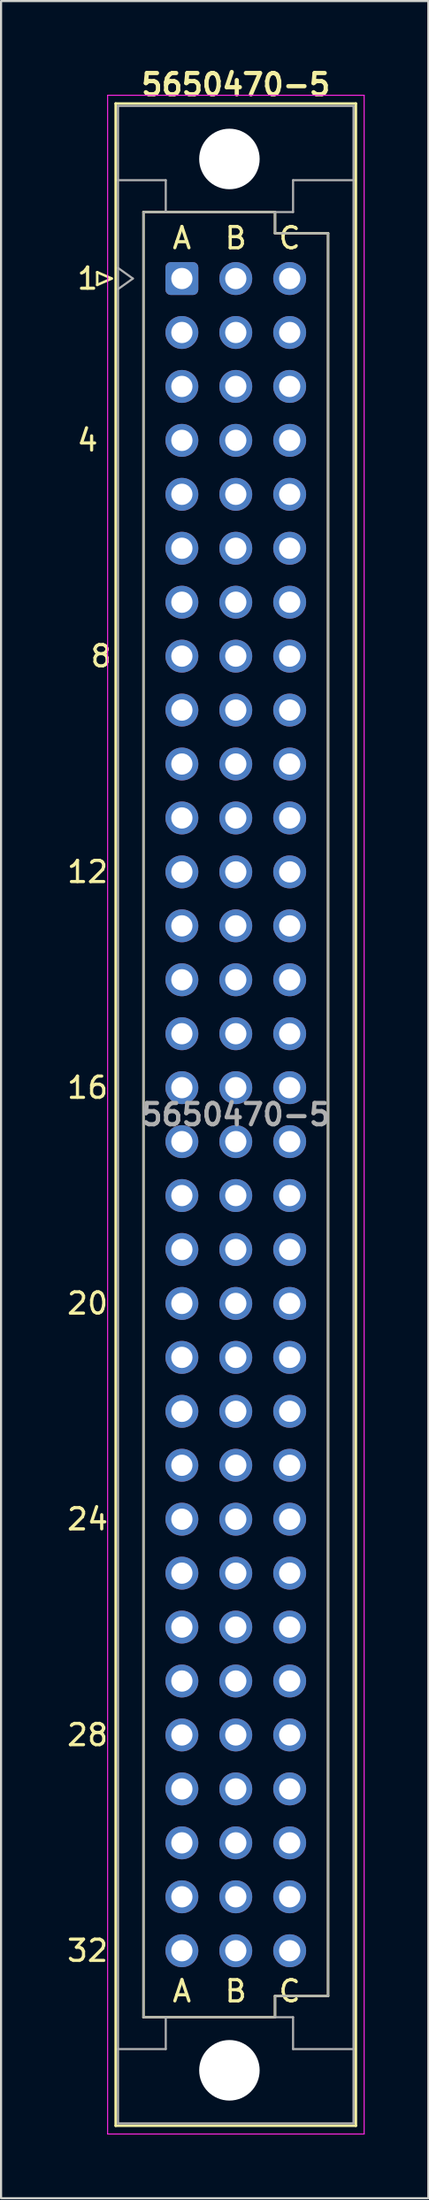
<source format=kicad_pcb>
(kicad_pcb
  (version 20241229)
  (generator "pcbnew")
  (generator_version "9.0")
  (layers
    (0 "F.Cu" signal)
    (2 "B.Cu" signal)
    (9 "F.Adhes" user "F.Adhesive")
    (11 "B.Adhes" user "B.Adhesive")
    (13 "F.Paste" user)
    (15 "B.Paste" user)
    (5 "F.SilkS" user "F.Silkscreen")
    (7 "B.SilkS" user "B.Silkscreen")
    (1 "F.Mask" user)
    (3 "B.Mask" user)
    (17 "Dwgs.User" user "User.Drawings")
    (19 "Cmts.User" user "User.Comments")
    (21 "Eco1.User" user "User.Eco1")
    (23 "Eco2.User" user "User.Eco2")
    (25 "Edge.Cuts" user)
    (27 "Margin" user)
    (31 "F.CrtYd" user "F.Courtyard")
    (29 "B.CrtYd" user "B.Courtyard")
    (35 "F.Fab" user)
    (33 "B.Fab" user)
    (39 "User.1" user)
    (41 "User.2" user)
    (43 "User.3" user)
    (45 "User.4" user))
  (footprint "5650470-5"
    (layer "F.Cu")
    (at 8.062 49.436)
    (property "Reference" "5650470-5" (at 0 -48.5 180) (layer "F.SilkS") (effects (font (size 1 1) (thickness 0.2))))
    (attr through_hole)
    (fp_line (start -6.53 -39.67) (end -6.53 -39.07) (stroke (width 0.12) (type solid)) (layer "F.SilkS"))
    (fp_line (start -6.53 -39.07) (end -5.85 -39.37) (stroke (width 0.12) (type solid)) (layer "F.SilkS"))
    (fp_line (start -5.85 -39.37) (end -6.53 -39.67) (stroke (width 0.12) (type solid)) (layer "F.SilkS"))
    (fp_line (start -5.66 -47.61) (end 5.66 -47.61) (stroke (width 0.12) (type solid)) (layer "F.SilkS"))
    (fp_line (start -5.66 47.61) (end -5.66 -47.61) (stroke (width 0.12) (type solid)) (layer "F.SilkS"))
    (fp_line (start -4.35 -42.501) (end 1.85 -42.501) (stroke (width 0.12) (type solid)) (layer "F.SilkS"))
    (fp_line (start -4.35 42.5) (end -4.35 -42.501) (stroke (width 0.12) (type solid)) (layer "F.SilkS"))
    (fp_line (start 1.85 -42.501) (end 1.85 -41.501) (stroke (width 0.12) (type solid)) (layer "F.SilkS"))
    (fp_line (start 1.85 -41.501) (end 4.35 -41.501) (stroke (width 0.12) (type solid)) (layer "F.SilkS"))
    (fp_line (start 1.85 41.5) (end 1.85 42.5) (stroke (width 0.12) (type solid)) (layer "F.SilkS"))
    (fp_line (start 1.85 42.5) (end -4.35 42.5) (stroke (width 0.12) (type solid)) (layer "F.SilkS"))
    (fp_line (start 4.35 -41.501) (end 4.35 41.5) (stroke (width 0.12) (type solid)) (layer "F.SilkS"))
    (fp_line (start 4.35 41.5) (end 1.85 41.5) (stroke (width 0.12) (type solid)) (layer "F.SilkS"))
    (fp_line (start 5.66 -47.61) (end 5.66 47.61) (stroke (width 0.12) (type solid)) (layer "F.SilkS"))
    (fp_line (start 5.66 47.61) (end -5.66 47.61) (stroke (width 0.12) (type solid)) (layer "F.SilkS"))
    (fp_line (start -6.04 -48) (end 6.05 -48) (stroke (width 0.05) (type solid)) (layer "F.CrtYd"))
    (fp_line (start -6.04 48) (end -6.04 -48) (stroke (width 0.05) (type solid)) (layer "F.CrtYd"))
    (fp_line (start 6.05 -48) (end 6.05 48) (stroke (width 0.05) (type solid)) (layer "F.CrtYd"))
    (fp_line (start 6.05 48) (end -6.04 48) (stroke (width 0.05) (type solid)) (layer "F.CrtYd"))
    (fp_line (start -5.55 -47.5) (end 5.55 -47.5) (stroke (width 0.1) (type solid)) (layer "F.Fab"))
    (fp_line (start -5.55 -44) (end -3.3 -44) (stroke (width 0.1) (type solid)) (layer "F.Fab"))
    (fp_line (start -5.55 -39.87) (end -4.85 -39.37) (stroke (width 0.1) (type solid)) (layer "F.Fab"))
    (fp_line (start -5.55 44) (end -3.3 44) (stroke (width 0.1) (type solid)) (layer "F.Fab"))
    (fp_line (start -5.55 47.5) (end -5.55 -47.5) (stroke (width 0.1) (type solid)) (layer "F.Fab"))
    (fp_line (start -4.85 -39.37) (end -5.55 -38.87) (stroke (width 0.1) (type solid)) (layer "F.Fab"))
    (fp_line (start -4.35 -42.5) (end 1.85 -42.5) (stroke (width 0.1) (type solid)) (layer "F.Fab"))
    (fp_line (start -4.35 42.5) (end -4.35 -42.5) (stroke (width 0.1) (type solid)) (layer "F.Fab"))
    (fp_line (start -3.3 -44) (end -3.3 -42.5) (stroke (width 0.1) (type solid)) (layer "F.Fab"))
    (fp_line (start -3.3 44) (end -3.3 42.5) (stroke (width 0.1) (type solid)) (layer "F.Fab"))
    (fp_line (start 1.85 -42.5) (end 1.85 -41.5) (stroke (width 0.1) (type solid)) (layer "F.Fab"))
    (fp_line (start 1.85 -42.5) (end 2.7 -42.5) (stroke (width 0.1) (type solid)) (layer "F.Fab"))
    (fp_line (start 1.85 -41.5) (end 4.35 -41.5) (stroke (width 0.1) (type solid)) (layer "F.Fab"))
    (fp_line (start 1.85 41.5) (end 1.85 42.5) (stroke (width 0.1) (type solid)) (layer "F.Fab"))
    (fp_line (start 1.85 42.5) (end -4.35 42.5) (stroke (width 0.1) (type solid)) (layer "F.Fab"))
    (fp_line (start 1.85 42.5) (end 2.7 42.5) (stroke (width 0.1) (type solid)) (layer "F.Fab"))
    (fp_line (start 2.7 -44) (end 5.55 -44) (stroke (width 0.1) (type solid)) (layer "F.Fab"))
    (fp_line (start 2.7 -42.5) (end 2.7 -44) (stroke (width 0.1) (type solid)) (layer "F.Fab"))
    (fp_line (start 2.7 42.5) (end 2.7 44) (stroke (width 0.1) (type solid)) (layer "F.Fab"))
    (fp_line (start 2.7 44) (end 5.55 44) (stroke (width 0.1) (type solid)) (layer "F.Fab"))
    (fp_line (start 4.35 -41.5) (end 4.35 41.5) (stroke (width 0.1) (type solid)) (layer "F.Fab"))
    (fp_line (start 4.35 41.5) (end 1.85 41.5) (stroke (width 0.1) (type solid)) (layer "F.Fab"))
    (fp_line (start 5.55 -47.5) (end 5.55 47.5) (stroke (width 0.1) (type solid)) (layer "F.Fab"))
    (fp_line (start 5.55 47.5) (end -5.55 47.5) (stroke (width 0.1) (type solid)) (layer "F.Fab"))
    (fp_text user "C" (at 2.54 41.275 0) (unlocked yes) (layer "F.SilkS") (effects (font (size 1 1) (thickness 0.15))))
    (fp_text user "24" (at -6.985 19.05 0) (unlocked yes) (layer "F.SilkS") (effects (font (size 1 1) (thickness 0.15))))
    (fp_text user "4" (at -6.985 -31.75 0) (unlocked yes) (layer "F.SilkS") (effects (font (size 1 1) (thickness 0.15))))
    (fp_text user "C" (at 2.54 -41.275 0) (unlocked yes) (layer "F.SilkS") (effects (font (size 1 1) (thickness 0.15))))
    (fp_text user "B" (at 0 41.275 0) (unlocked yes) (layer "F.SilkS") (effects (font (size 1 1) (thickness 0.15))))
    (fp_text user "32" (at -6.985 39.37 0) (unlocked yes) (layer "F.SilkS") (effects (font (size 1 1) (thickness 0.15))))
    (fp_text user "1" (at -6.985 -39.37 0) (unlocked yes) (layer "F.SilkS") (effects (font (size 1 1) (thickness 0.15))))
    (fp_text user "A" (at -2.54 41.275 0) (unlocked yes) (layer "F.SilkS") (effects (font (size 1 1) (thickness 0.15))))
    (fp_text user "12" (at -6.985 -11.43 0) (unlocked yes) (layer "F.SilkS") (effects (font (size 1 1) (thickness 0.15))))
    (fp_text user "8" (at -6.35 -21.59 0) (unlocked yes) (layer "F.SilkS") (effects (font (size 1 1) (thickness 0.15))))
    (fp_text user "A" (at -2.54 -41.275 0) (unlocked yes) (layer "F.SilkS") (effects (font (size 1 1) (thickness 0.15))))
    (fp_text user "16" (at -6.985 -1.27 0) (unlocked yes) (layer "F.SilkS") (effects (font (size 1 1) (thickness 0.15))))
    (fp_text user "B" (at 0 -41.275 0) (unlocked yes) (layer "F.SilkS") (effects (font (size 1 1) (thickness 0.15))))
    (fp_text user "20" (at -6.985 8.89 0) (unlocked yes) (layer "F.SilkS") (effects (font (size 1 1) (thickness 0.15))))
    (fp_text user "28" (at -6.985 29.21 0) (unlocked yes) (layer "F.SilkS") (effects (font (size 1 1) (thickness 0.15))))
    (fp_text user "${REFERENCE}" (at 0 0 180) (layer "F.Fab") (effects (font (size 1 1) (thickness 0.2))))
    (pad "" np_thru_hole circle (at -0.3 -45) (size 2.85 2.85) (drill 2.85) (layers "*.Cu" "*.Mask"))
    (pad "" np_thru_hole circle (at -0.3 45) (size 2.85 2.85) (drill 2.85) (layers "*.Cu" "*.Mask"))
    (pad "A1" thru_hole roundrect (at -2.54 -39.37) (size 1.55 1.55) (drill 1) (layers "*.Cu" "*.Mask") (roundrect_rratio 0.161))
    (pad "A2" thru_hole circle (at -2.54 -36.83) (size 1.55 1.55) (drill 1) (layers "*.Cu" "*.Mask"))
    (pad "A3" thru_hole circle (at -2.54 -34.29) (size 1.55 1.55) (drill 1) (layers "*.Cu" "*.Mask"))
    (pad "A4" thru_hole circle (at -2.54 -31.75) (size 1.55 1.55) (drill 1) (layers "*.Cu" "*.Mask"))
    (pad "A5" thru_hole circle (at -2.54 -29.21) (size 1.55 1.55) (drill 1) (layers "*.Cu" "*.Mask"))
    (pad "A6" thru_hole circle (at -2.54 -26.67) (size 1.55 1.55) (drill 1) (layers "*.Cu" "*.Mask"))
    (pad "A7" thru_hole circle (at -2.54 -24.13) (size 1.55 1.55) (drill 1) (layers "*.Cu" "*.Mask"))
    (pad "A8" thru_hole circle (at -2.54 -21.59) (size 1.55 1.55) (drill 1) (layers "*.Cu" "*.Mask"))
    (pad "A9" thru_hole circle (at -2.54 -19.05) (size 1.55 1.55) (drill 1) (layers "*.Cu" "*.Mask"))
    (pad "A10" thru_hole circle (at -2.54 -16.51) (size 1.55 1.55) (drill 1) (layers "*.Cu" "*.Mask"))
    (pad "A11" thru_hole circle (at -2.54 -13.97) (size 1.55 1.55) (drill 1) (layers "*.Cu" "*.Mask"))
    (pad "A12" thru_hole circle (at -2.54 -11.43) (size 1.55 1.55) (drill 1) (layers "*.Cu" "*.Mask"))
    (pad "A13" thru_hole circle (at -2.54 -8.89) (size 1.55 1.55) (drill 1) (layers "*.Cu" "*.Mask"))
    (pad "A14" thru_hole circle (at -2.54 -6.35) (size 1.55 1.55) (drill 1) (layers "*.Cu" "*.Mask"))
    (pad "A15" thru_hole circle (at -2.54 -3.81) (size 1.55 1.55) (drill 1) (layers "*.Cu" "*.Mask"))
    (pad "A16" thru_hole circle (at -2.54 -1.27) (size 1.55 1.55) (drill 1) (layers "*.Cu" "*.Mask"))
    (pad "A17" thru_hole circle (at -2.54 1.27) (size 1.55 1.55) (drill 1) (layers "*.Cu" "*.Mask"))
    (pad "A18" thru_hole circle (at -2.54 3.81) (size 1.55 1.55) (drill 1) (layers "*.Cu" "*.Mask"))
    (pad "A19" thru_hole circle (at -2.54 6.35) (size 1.55 1.55) (drill 1) (layers "*.Cu" "*.Mask"))
    (pad "A20" thru_hole circle (at -2.54 8.89) (size 1.55 1.55) (drill 1) (layers "*.Cu" "*.Mask"))
    (pad "A21" thru_hole circle (at -2.54 11.43) (size 1.55 1.55) (drill 1) (layers "*.Cu" "*.Mask"))
    (pad "A22" thru_hole circle (at -2.54 13.97) (size 1.55 1.55) (drill 1) (layers "*.Cu" "*.Mask"))
    (pad "A23" thru_hole circle (at -2.54 16.51) (size 1.55 1.55) (drill 1) (layers "*.Cu" "*.Mask"))
    (pad "A24" thru_hole circle (at -2.54 19.05) (size 1.55 1.55) (drill 1) (layers "*.Cu" "*.Mask"))
    (pad "A25" thru_hole circle (at -2.54 21.59) (size 1.55 1.55) (drill 1) (layers "*.Cu" "*.Mask"))
    (pad "A26" thru_hole circle (at -2.54 24.13) (size 1.55 1.55) (drill 1) (layers "*.Cu" "*.Mask"))
    (pad "A27" thru_hole circle (at -2.54 26.67) (size 1.55 1.55) (drill 1) (layers "*.Cu" "*.Mask"))
    (pad "A28" thru_hole circle (at -2.54 29.21) (size 1.55 1.55) (drill 1) (layers "*.Cu" "*.Mask"))
    (pad "A29" thru_hole circle (at -2.54 31.75) (size 1.55 1.55) (drill 1) (layers "*.Cu" "*.Mask"))
    (pad "A30" thru_hole circle (at -2.54 34.29) (size 1.55 1.55) (drill 1) (layers "*.Cu" "*.Mask"))
    (pad "A31" thru_hole circle (at -2.54 36.83) (size 1.55 1.55) (drill 1) (layers "*.Cu" "*.Mask"))
    (pad "A32" thru_hole circle (at -2.54 39.37) (size 1.55 1.55) (drill 1) (layers "*.Cu" "*.Mask"))
    (pad "B1" thru_hole circle (at 0 -39.37) (size 1.55 1.55) (drill 1) (layers "*.Cu" "*.Mask"))
    (pad "B2" thru_hole circle (at 0 -36.83) (size 1.55 1.55) (drill 1) (layers "*.Cu" "*.Mask"))
    (pad "B3" thru_hole circle (at 0 -34.29) (size 1.55 1.55) (drill 1) (layers "*.Cu" "*.Mask"))
    (pad "B4" thru_hole circle (at 0 -31.75) (size 1.55 1.55) (drill 1) (layers "*.Cu" "*.Mask"))
    (pad "B5" thru_hole circle (at 0 -29.21) (size 1.55 1.55) (drill 1) (layers "*.Cu" "*.Mask"))
    (pad "B6" thru_hole circle (at 0 -26.67) (size 1.55 1.55) (drill 1) (layers "*.Cu" "*.Mask"))
    (pad "B7" thru_hole circle (at 0 -24.13) (size 1.55 1.55) (drill 1) (layers "*.Cu" "*.Mask"))
    (pad "B8" thru_hole circle (at 0 -21.59) (size 1.55 1.55) (drill 1) (layers "*.Cu" "*.Mask"))
    (pad "B9" thru_hole circle (at 0 -19.05) (size 1.55 1.55) (drill 1) (layers "*.Cu" "*.Mask"))
    (pad "B10" thru_hole circle (at 0 -16.51) (size 1.55 1.55) (drill 1) (layers "*.Cu" "*.Mask"))
    (pad "B11" thru_hole circle (at 0 -13.97) (size 1.55 1.55) (drill 1) (layers "*.Cu" "*.Mask"))
    (pad "B12" thru_hole circle (at 0 -11.43) (size 1.55 1.55) (drill 1) (layers "*.Cu" "*.Mask"))
    (pad "B13" thru_hole circle (at 0 -8.89) (size 1.55 1.55) (drill 1) (layers "*.Cu" "*.Mask"))
    (pad "B14" thru_hole circle (at 0 -6.35) (size 1.55 1.55) (drill 1) (layers "*.Cu" "*.Mask"))
    (pad "B15" thru_hole circle (at 0 -3.81) (size 1.55 1.55) (drill 1) (layers "*.Cu" "*.Mask"))
    (pad "B16" thru_hole circle (at 0 -1.27) (size 1.55 1.55) (drill 1) (layers "*.Cu" "*.Mask"))
    (pad "B17" thru_hole circle (at 0 1.27) (size 1.55 1.55) (drill 1) (layers "*.Cu" "*.Mask"))
    (pad "B18" thru_hole circle (at 0 3.81) (size 1.55 1.55) (drill 1) (layers "*.Cu" "*.Mask"))
    (pad "B19" thru_hole circle (at 0 6.35) (size 1.55 1.55) (drill 1) (layers "*.Cu" "*.Mask"))
    (pad "B20" thru_hole circle (at 0 8.89) (size 1.55 1.55) (drill 1) (layers "*.Cu" "*.Mask"))
    (pad "B21" thru_hole circle (at 0 11.43) (size 1.55 1.55) (drill 1) (layers "*.Cu" "*.Mask"))
    (pad "B22" thru_hole circle (at 0 13.97) (size 1.55 1.55) (drill 1) (layers "*.Cu" "*.Mask"))
    (pad "B23" thru_hole circle (at 0 16.51) (size 1.55 1.55) (drill 1) (layers "*.Cu" "*.Mask"))
    (pad "B24" thru_hole circle (at 0 19.05) (size 1.55 1.55) (drill 1) (layers "*.Cu" "*.Mask"))
    (pad "B25" thru_hole circle (at 0 21.59) (size 1.55 1.55) (drill 1) (layers "*.Cu" "*.Mask"))
    (pad "B26" thru_hole circle (at 0 24.13) (size 1.55 1.55) (drill 1) (layers "*.Cu" "*.Mask"))
    (pad "B27" thru_hole circle (at 0 26.67) (size 1.55 1.55) (drill 1) (layers "*.Cu" "*.Mask"))
    (pad "B28" thru_hole circle (at 0 29.21) (size 1.55 1.55) (drill 1) (layers "*.Cu" "*.Mask"))
    (pad "B29" thru_hole circle (at 0 31.75) (size 1.55 1.55) (drill 1) (layers "*.Cu" "*.Mask"))
    (pad "B30" thru_hole circle (at 0 34.29) (size 1.55 1.55) (drill 1) (layers "*.Cu" "*.Mask"))
    (pad "B31" thru_hole circle (at 0 36.83) (size 1.55 1.55) (drill 1) (layers "*.Cu" "*.Mask"))
    (pad "B32" thru_hole circle (at 0 39.37) (size 1.55 1.55) (drill 1) (layers "*.Cu" "*.Mask"))
    (pad "C1" thru_hole circle (at 2.54 -39.37) (size 1.55 1.55) (drill 1) (layers "*.Cu" "*.Mask"))
    (pad "C2" thru_hole circle (at 2.54 -36.83) (size 1.55 1.55) (drill 1) (layers "*.Cu" "*.Mask"))
    (pad "C3" thru_hole circle (at 2.54 -34.29) (size 1.55 1.55) (drill 1) (layers "*.Cu" "*.Mask"))
    (pad "C4" thru_hole circle (at 2.54 -31.75) (size 1.55 1.55) (drill 1) (layers "*.Cu" "*.Mask"))
    (pad "C5" thru_hole circle (at 2.54 -29.21) (size 1.55 1.55) (drill 1) (layers "*.Cu" "*.Mask"))
    (pad "C6" thru_hole circle (at 2.54 -26.67) (size 1.55 1.55) (drill 1) (layers "*.Cu" "*.Mask"))
    (pad "C7" thru_hole circle (at 2.54 -24.13) (size 1.55 1.55) (drill 1) (layers "*.Cu" "*.Mask"))
    (pad "C8" thru_hole circle (at 2.54 -21.59) (size 1.55 1.55) (drill 1) (layers "*.Cu" "*.Mask"))
    (pad "C9" thru_hole circle (at 2.54 -19.05) (size 1.55 1.55) (drill 1) (layers "*.Cu" "*.Mask"))
    (pad "C10" thru_hole circle (at 2.54 -16.51) (size 1.55 1.55) (drill 1) (layers "*.Cu" "*.Mask"))
    (pad "C11" thru_hole circle (at 2.54 -13.97) (size 1.55 1.55) (drill 1) (layers "*.Cu" "*.Mask"))
    (pad "C12" thru_hole circle (at 2.54 -11.43) (size 1.55 1.55) (drill 1) (layers "*.Cu" "*.Mask"))
    (pad "C13" thru_hole circle (at 2.54 -8.89) (size 1.55 1.55) (drill 1) (layers "*.Cu" "*.Mask"))
    (pad "C14" thru_hole circle (at 2.54 -6.35) (size 1.55 1.55) (drill 1) (layers "*.Cu" "*.Mask"))
    (pad "C15" thru_hole circle (at 2.54 -3.81) (size 1.55 1.55) (drill 1) (layers "*.Cu" "*.Mask"))
    (pad "C16" thru_hole circle (at 2.54 -1.27) (size 1.55 1.55) (drill 1) (layers "*.Cu" "*.Mask"))
    (pad "C17" thru_hole circle (at 2.54 1.27) (size 1.55 1.55) (drill 1) (layers "*.Cu" "*.Mask"))
    (pad "C18" thru_hole circle (at 2.54 3.81) (size 1.55 1.55) (drill 1) (layers "*.Cu" "*.Mask"))
    (pad "C19" thru_hole circle (at 2.54 6.35) (size 1.55 1.55) (drill 1) (layers "*.Cu" "*.Mask"))
    (pad "C20" thru_hole circle (at 2.54 8.89) (size 1.55 1.55) (drill 1) (layers "*.Cu" "*.Mask"))
    (pad "C21" thru_hole circle (at 2.54 11.43) (size 1.55 1.55) (drill 1) (layers "*.Cu" "*.Mask"))
    (pad "C22" thru_hole circle (at 2.54 13.97) (size 1.55 1.55) (drill 1) (layers "*.Cu" "*.Mask"))
    (pad "C23" thru_hole circle (at 2.54 16.51) (size 1.55 1.55) (drill 1) (layers "*.Cu" "*.Mask"))
    (pad "C24" thru_hole circle (at 2.54 19.05) (size 1.55 1.55) (drill 1) (layers "*.Cu" "*.Mask"))
    (pad "C25" thru_hole circle (at 2.54 21.59) (size 1.55 1.55) (drill 1) (layers "*.Cu" "*.Mask"))
    (pad "C26" thru_hole circle (at 2.54 24.13) (size 1.55 1.55) (drill 1) (layers "*.Cu" "*.Mask"))
    (pad "C27" thru_hole circle (at 2.54 26.67) (size 1.55 1.55) (drill 1) (layers "*.Cu" "*.Mask"))
    (pad "C28" thru_hole circle (at 2.54 29.21) (size 1.55 1.55) (drill 1) (layers "*.Cu" "*.Mask"))
    (pad "C29" thru_hole circle (at 2.54 31.75) (size 1.55 1.55) (drill 1) (layers "*.Cu" "*.Mask"))
    (pad "C30" thru_hole circle (at 2.54 34.29) (size 1.55 1.55) (drill 1) (layers "*.Cu" "*.Mask"))
    (pad "C31" thru_hole circle (at 2.54 36.83) (size 1.55 1.55) (drill 1) (layers "*.Cu" "*.Mask"))
    (pad "C32" thru_hole circle (at 2.54 39.37) (size 1.55 1.55) (drill 1) (layers "*.Cu" "*.Mask")))
  (gr_rect
    (start -3 -3)
    (end 17.137 100.461)
    (stroke (width 0.1) (type default))
    (fill no)
    (layer "Edge.Cuts")))
</source>
